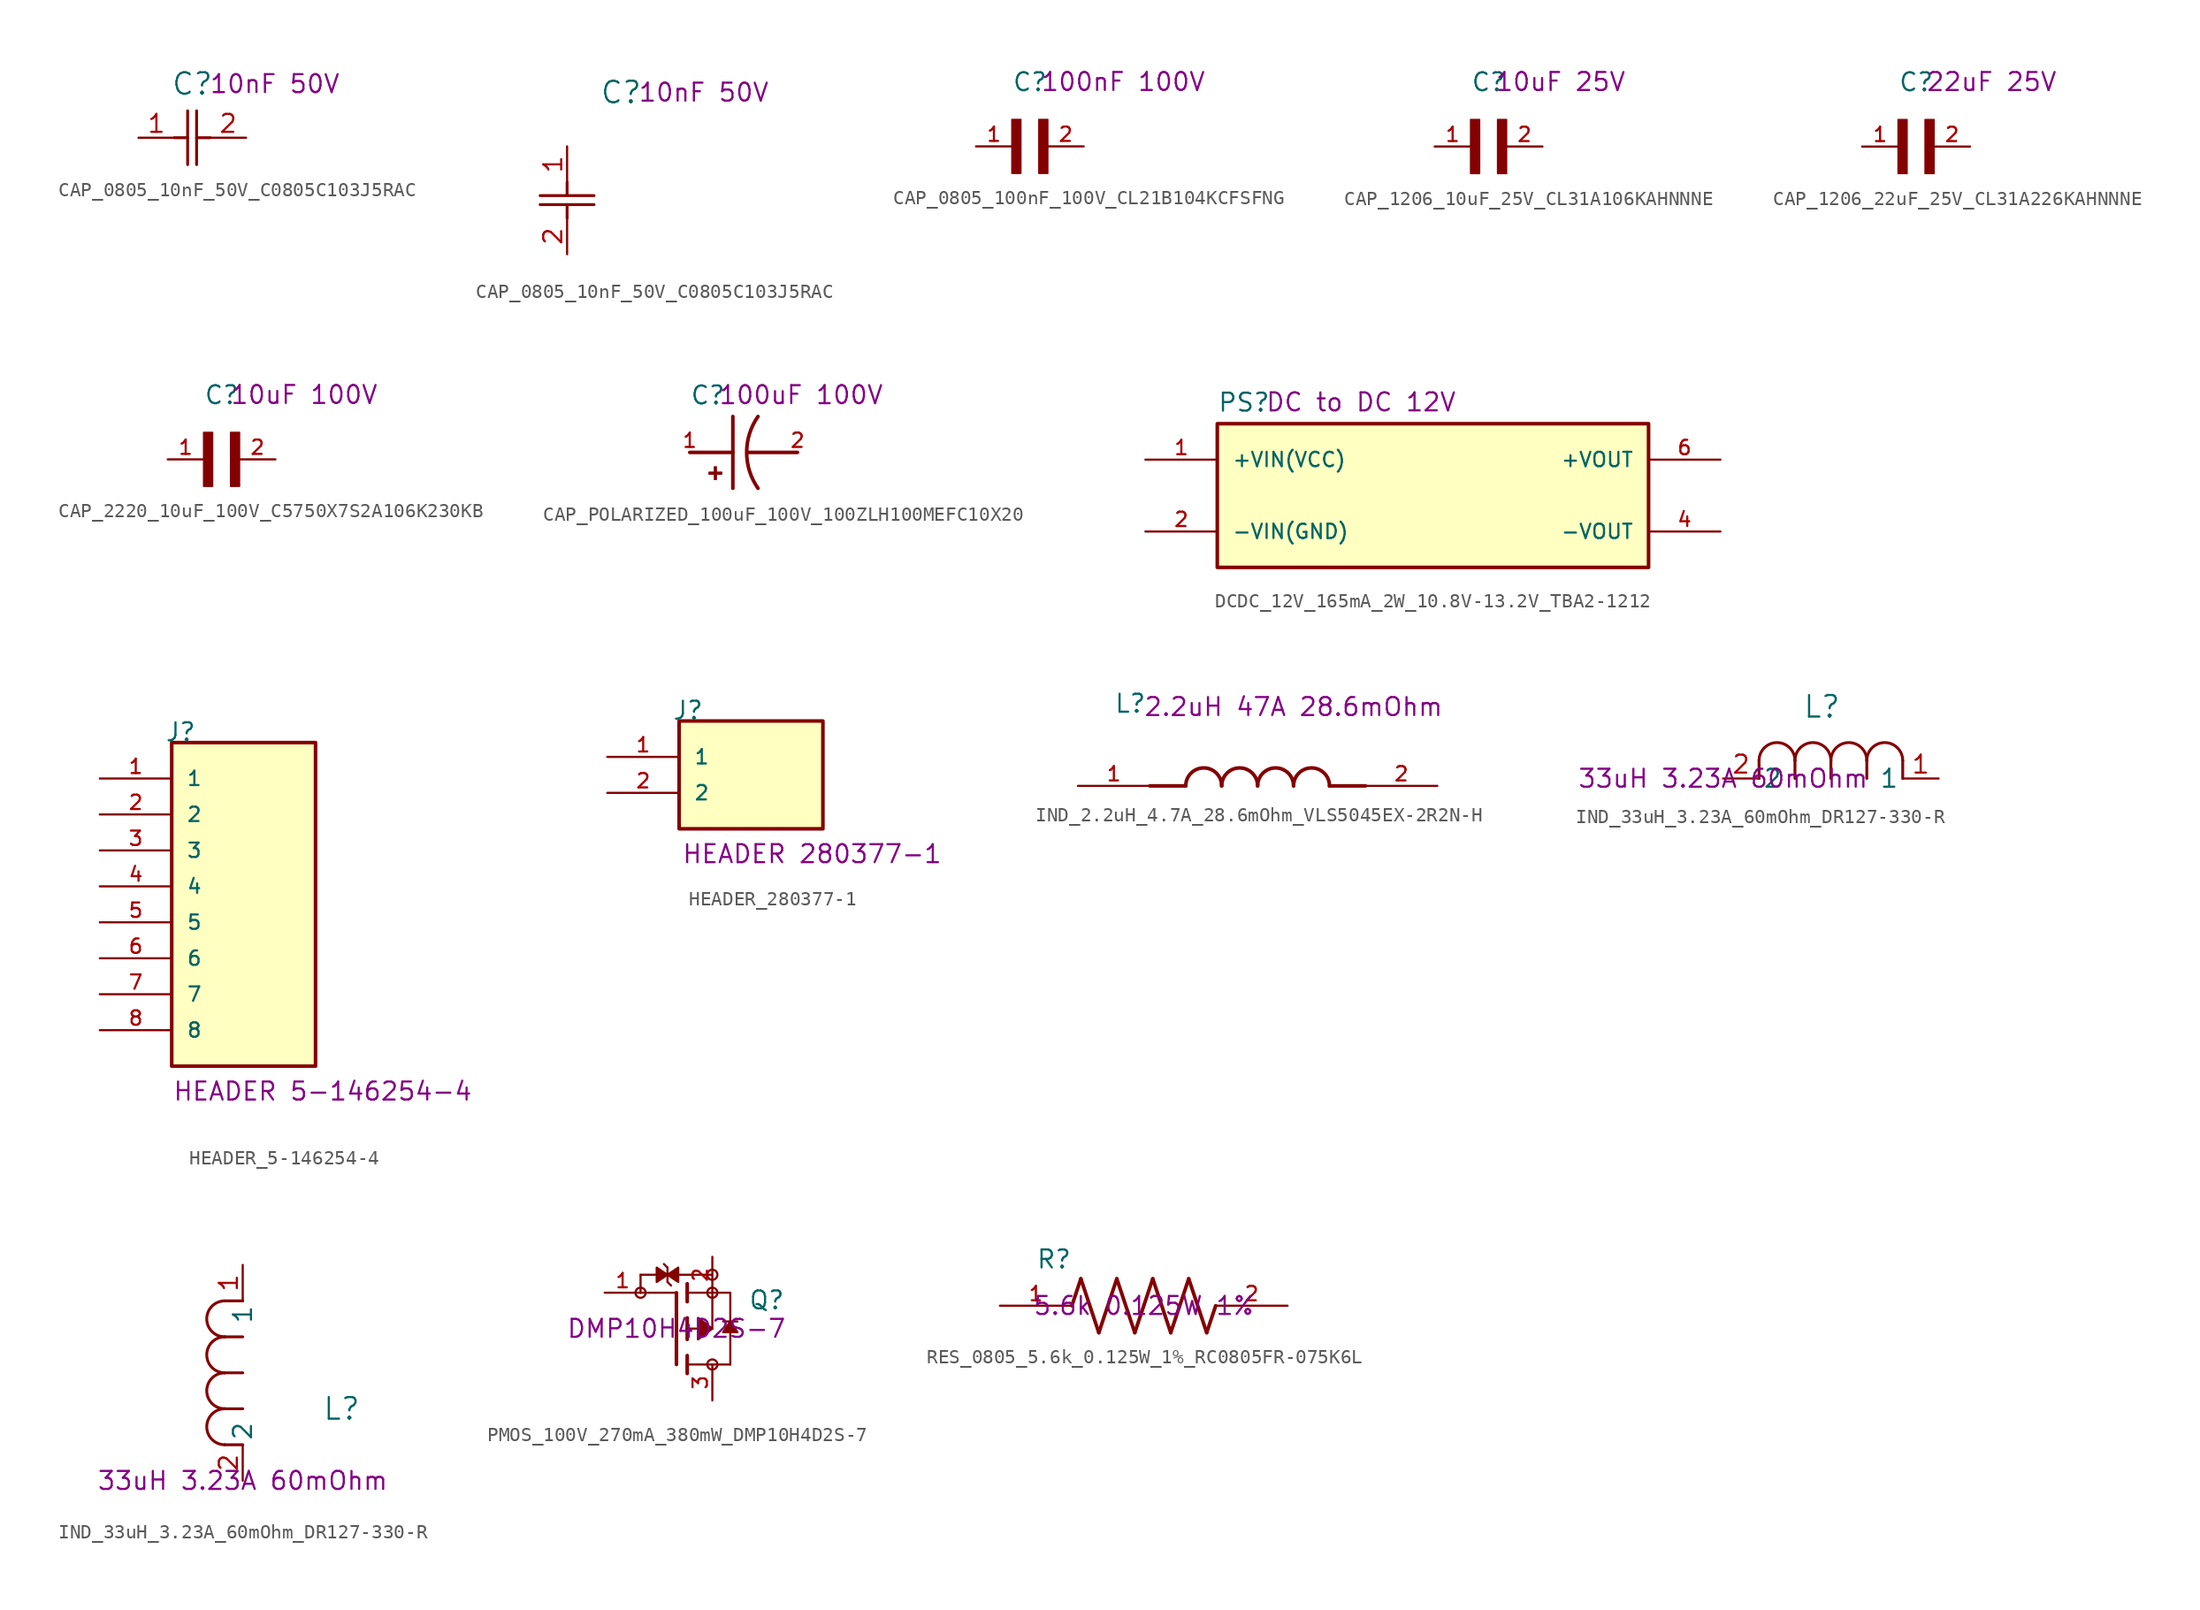
<source format=kicad_sym>
(kicad_symbol_lib
  (version 20241209)
  (generator "kicad_symbol_editor")
  (generator_version "9.0")
  (symbol "CAP_0805_10nF_50V_C0805C103J5RAC"
    (pin_names
      (offset 0.254))
    (property "Reference" "C"
      (at 3.81 3.81 0)
      (effects (font (size 1.524 1.524))))
    (property "Description" "10nF 50V"
      (at 9.652 3.81 0)
      (effects (font (size 1.27 1.27))))
    (symbol "CAP_0805_10nF_50V_C0805C103J5RAC_1_1"
      (polyline (pts (xy 2.54 0) (xy 3.48 0)) (stroke (width 0.203) (type default)) (fill (type none)))
      (polyline (pts (xy 3.48 -1.905) (xy 3.48 1.905)) (stroke (width 0.203) (type default)) (fill (type none)))
      (polyline (pts (xy 4.115 0) (xy 5.08 0)) (stroke (width 0.203) (type default)) (fill (type none)))
      (polyline (pts (xy 4.115 -1.905) (xy 4.115 1.905)) (stroke (width 0.203) (type default)) (fill (type none)))
      (pin unspecified line (at 0 0 0) (length 2.54) (name "" (effects (font (size 1.27 1.27)))) (number "1" (effects (font (size 1.27 1.27)))))
      (pin unspecified line (at 7.62 0 180) (length 2.54) (name "" (effects (font (size 1.27 1.27)))) (number "2" (effects (font (size 1.27 1.27))))))
    (symbol "CAP_0805_10nF_50V_C0805C103J5RAC_1_2"
      (polyline (pts (xy -1.905 -3.48) (xy 1.905 -3.48)) (stroke (width 0.203) (type default)) (fill (type none)))
      (polyline (pts (xy -1.905 -4.115) (xy 1.905 -4.115)) (stroke (width 0.203) (type default)) (fill (type none)))
      (polyline (pts (xy 0 -2.54) (xy 0 -3.48)) (stroke (width 0.203) (type default)) (fill (type none)))
      (polyline (pts (xy 0 -4.115) (xy 0 -5.08)) (stroke (width 0.203) (type default)) (fill (type none)))
      (pin unspecified line (at 0 0 270) (length 2.54) (name "" (effects (font (size 1.27 1.27)))) (number "1" (effects (font (size 1.27 1.27)))))
      (pin unspecified line (at 0 -7.62 90) (length 2.54) (name "" (effects (font (size 1.27 1.27)))) (number "2" (effects (font (size 1.27 1.27)))))))
  (symbol "CAP_0805_100nF_100V_CL21B104KCFSFNG"
    (pin_names
      (offset 1.016))
    (property "Reference" "C"
      (at 0 3.811 0)
      (effects (font (size 1.27 1.27)) (justify left bottom)))
    (property "Description" "100nF 100V"
      (at 7.874 4.572 0)
      (effects (font (size 1.27 1.27))))
    (symbol "CAP_0805_100nF_100V_CL21B104KCFSFNG_0_0"
      (rectangle (start 0 -1.907) (end 0.635 1.905) (stroke (width 0.1) (type default)) (fill (type outline)))
      (rectangle (start 1.907 -1.907) (end 2.54 1.905) (stroke (width 0.1) (type default)) (fill (type outline)))
      (pin passive line (at -2.54 0 0) (length 2.54) (name "~" (effects (font (size 1.016 1.016)))) (number "1" (effects (font (size 1.016 1.016)))))
      (pin passive line (at 5.08 0 180) (length 2.54) (name "~" (effects (font (size 1.016 1.016)))) (number "2" (effects (font (size 1.016 1.016)))))))
  (symbol "CAP_1206_10uF_25V_CL31A106KAHNNNE"
    (pin_names
      (offset 1.016))
    (property "Reference" "C"
      (at 0 3.811 0)
      (effects (font (size 1.27 1.27)) (justify left bottom)))
    (property "Description" "10uF 25V"
      (at 6.35 4.572 0)
      (effects (font (size 1.27 1.27))))
    (symbol "CAP_1206_10uF_25V_CL31A106KAHNNNE_0_0"
      (rectangle (start 0 -1.907) (end 0.635 1.905) (stroke (width 0.1) (type default)) (fill (type outline)))
      (rectangle (start 1.907 -1.907) (end 2.54 1.905) (stroke (width 0.1) (type default)) (fill (type outline)))
      (pin passive line (at -2.54 0 0) (length 2.54) (name "~" (effects (font (size 1.016 1.016)))) (number "1" (effects (font (size 1.016 1.016)))))
      (pin passive line (at 5.08 0 180) (length 2.54) (name "~" (effects (font (size 1.016 1.016)))) (number "2" (effects (font (size 1.016 1.016)))))))
  (symbol "CAP_1206_22uF_25V_CL31A226KAHNNNE"
    (pin_names
      (offset 1.016))
    (property "Reference" "C"
      (at 0 3.811 0)
      (effects (font (size 1.27 1.27)) (justify left bottom)))
    (property "Description" "22uF 25V"
      (at 6.604 4.572 0)
      (effects (font (size 1.27 1.27))))
    (symbol "CAP_1206_22uF_25V_CL31A226KAHNNNE_0_0"
      (rectangle (start 0 -1.907) (end 0.635 1.905) (stroke (width 0.1) (type default)) (fill (type outline)))
      (rectangle (start 1.907 -1.907) (end 2.54 1.905) (stroke (width 0.1) (type default)) (fill (type outline)))
      (pin passive line (at -2.54 0 0) (length 2.54) (name "~" (effects (font (size 1.016 1.016)))) (number "1" (effects (font (size 1.016 1.016)))))
      (pin passive line (at 5.08 0 180) (length 2.54) (name "~" (effects (font (size 1.016 1.016)))) (number "2" (effects (font (size 1.016 1.016)))))))
  (symbol "CAP_2220_10uF_100V_C5750X7S2A106K230KB"
    (pin_names
      (offset 1.016))
    (property "Reference" "C"
      (at 0 3.811 0)
      (effects (font (size 1.27 1.27)) (justify left bottom)))
    (property "Description" "10uF 100V"
      (at 7.112 4.572 0)
      (effects (font (size 1.27 1.27))))
    (symbol "CAP_2220_10uF_100V_C5750X7S2A106K230KB_0_0"
      (rectangle (start 0 -1.907) (end 0.635 1.905) (stroke (width 0.1) (type default)) (fill (type outline)))
      (rectangle (start 1.907 -1.907) (end 2.54 1.905) (stroke (width 0.1) (type default)) (fill (type outline)))
      (pin passive line (at -2.54 0 0) (length 2.54) (name "~" (effects (font (size 1.016 1.016)))) (number "1" (effects (font (size 1.016 1.016)))))
      (pin passive line (at 5.08 0 180) (length 2.54) (name "~" (effects (font (size 1.016 1.016)))) (number "2" (effects (font (size 1.016 1.016)))))))
  (symbol "CAP_POLARIZED_100uF_100V_100ZLH100MEFC10X20"
    (pin_names
      (offset 1.016))
    (property "Reference" "C"
      (at -5.08 3.302 0)
      (effects (font (size 1.27 1.27)) (justify left bottom)))
    (property "Description" "100uF 100V"
      (at 2.794 4.064 0)
      (effects (font (size 1.27 1.27))))
    (symbol "CAP_POLARIZED_100uF_100V_100ZLH100MEFC10X20_0_0"
      (polyline (pts (xy -5.08 0) (xy -2.032 0)) (stroke (width 0.254) (type default)) (fill (type none)))
      (rectangle (start -3.713 -1.532) (end -2.824 -1.405) (stroke (width 0.1) (type default)) (fill (type outline)))
      (rectangle (start -3.332 -1.913) (end -3.205 -1.024) (stroke (width 0.1) (type default)) (fill (type outline)))
      (polyline (pts (xy -2.032 2.54) (xy -2.032 -2.54)) (stroke (width 0.254) (type default)) (fill (type none)))
      (polyline (pts (xy -1.016 0) (xy 2.54 0)) (stroke (width 0.254) (type default)) (fill (type none)))
      (arc (start -0.254 -2.54) (mid -1.0549 0) (end -0.254 2.54) (stroke (width 0.254) (type default)) (fill (type none)))
      (pin passive line (at -5.08 0 0) (length 0) (name "~" (effects (font (size 1.016 1.016)))) (number "1" (effects (font (size 1.016 1.016)))))
      (pin passive line (at 2.54 0 180) (length 0) (name "~" (effects (font (size 1.016 1.016)))) (number "2" (effects (font (size 1.016 1.016)))))))
  (symbol "DCDC_12V_165mA_2W_10.8V-13.2V_TBA2-1212"
    (pin_names
      (offset 1.016))
    (property "Reference" "PS"
      (at -15.24 5.842 0)
      (effects (font (size 1.27 1.27)) (justify left bottom)))
    (property "Description" "DC to DC 12V"
      (at -5.08 6.604 0)
      (effects (font (size 1.27 1.27))))
    (symbol "DCDC_12V_165mA_2W_10.8V-13.2V_TBA2-1212_0_0"
      (rectangle (start -15.24 -5.08) (end 15.24 5.08) (stroke (width 0.254) (type default)) (fill (type background)))
      (pin input line (at -20.32 2.54 0) (length 5.08) (name "+VIN(VCC)" (effects (font (size 1.016 1.016)))) (number "1" (effects (font (size 1.016 1.016)))))
      (pin input line (at -20.32 -2.54 0) (length 5.08) (name "-VIN(GND)" (effects (font (size 1.016 1.016)))) (number "2" (effects (font (size 1.016 1.016)))))
      (pin output line (at 20.32 2.54 180) (length 5.08) (name "+VOUT" (effects (font (size 1.016 1.016)))) (number "6" (effects (font (size 1.016 1.016)))))
      (pin output line (at 20.32 -2.54 180) (length 5.08) (name "-VOUT" (effects (font (size 1.016 1.016)))) (number "4" (effects (font (size 1.016 1.016)))))))
  (symbol "HEADER_5-146254-4"
    (pin_names
      (offset 1.016))
    (property "Reference" "J"
      (at -5.58 12.7 0)
      (effects (font (size 1.27 1.27)) (justify left bottom)))
    (property "Description" "HEADER 5-146254-4"
      (at 5.588 -11.938 0)
      (effects (font (size 1.27 1.27))))
    (symbol "HEADER_5-146254-4_0_0"
      (rectangle (start -5.08 -10.16) (end 5.08 12.7) (stroke (width 0.254) (type default)) (fill (type background)))
      (pin passive line (at -10.16 10.16 0) (length 5.08) (name "1" (effects (font (size 1.016 1.016)))) (number "1" (effects (font (size 1.016 1.016)))))
      (pin passive line (at -10.16 7.62 0) (length 5.08) (name "2" (effects (font (size 1.016 1.016)))) (number "2" (effects (font (size 1.016 1.016)))))
      (pin passive line (at -10.16 5.08 0) (length 5.08) (name "3" (effects (font (size 1.016 1.016)))) (number "3" (effects (font (size 1.016 1.016)))))
      (pin passive line (at -10.16 2.54 0) (length 5.08) (name "4" (effects (font (size 1.016 1.016)))) (number "4" (effects (font (size 1.016 1.016)))))
      (pin passive line (at -10.16 0 0) (length 5.08) (name "5" (effects (font (size 1.016 1.016)))) (number "5" (effects (font (size 1.016 1.016)))))
      (pin passive line (at -10.16 -2.54 0) (length 5.08) (name "6" (effects (font (size 1.016 1.016)))) (number "6" (effects (font (size 1.016 1.016)))))
      (pin passive line (at -10.16 -5.08 0) (length 5.08) (name "7" (effects (font (size 1.016 1.016)))) (number "7" (effects (font (size 1.016 1.016)))))
      (pin passive line (at -10.16 -7.62 0) (length 5.08) (name "8" (effects (font (size 1.016 1.016)))) (number "8" (effects (font (size 1.016 1.016)))))))
  (symbol "HEADER_280377-1"
    (pin_names
      (offset 1.016))
    (property "Reference" "J"
      (at -5.58 5.08 0)
      (effects (font (size 1.27 1.27)) (justify left bottom)))
    (property "Description" "HEADER 280377-1"
      (at 4.318 -4.318 0)
      (effects (font (size 1.27 1.27))))
    (symbol "HEADER_280377-1_0_0"
      (rectangle (start -5.08 -2.54) (end 5.08 5.08) (stroke (width 0.254) (type default)) (fill (type background)))
      (pin passive line (at -10.16 2.54 0) (length 5.08) (name "1" (effects (font (size 1.016 1.016)))) (number "1" (effects (font (size 1.016 1.016)))))
      (pin passive line (at -10.16 0 0) (length 5.08) (name "2" (effects (font (size 1.016 1.016)))) (number "2" (effects (font (size 1.016 1.016)))))))
  (symbol "IND_2.2uH_4.7A_28.6mOhm_VLS5045EX-2R2N-H"
    (pin_names
      (offset 1.016))
    (property "Reference" "L"
      (at -10.16 5.08 0)
      (effects (font (size 1.27 1.27)) (justify left bottom)))
    (property "Description" "2.2uH 47A 28.6mOhm"
      (at 2.54 5.588 0)
      (effects (font (size 1.27 1.27))))
    (symbol "IND_2.2uH_4.7A_28.6mOhm_VLS5045EX-2R2N-H_0_0"
      (polyline (pts (xy -5.08 0) (xy -7.62 0)) (stroke (width 0.254) (type default)) (fill (type none)))
      (arc (start -5.08 0) (mid -3.81 1.2645) (end -2.54 0) (stroke (width 0.254) (type default)) (fill (type none)))
      (arc (start -2.54 0) (mid -1.27 1.2645) (end 0 0) (stroke (width 0.254) (type default)) (fill (type none)))
      (arc (start 0 0) (mid 1.27 1.2645) (end 2.54 0) (stroke (width 0.254) (type default)) (fill (type none)))
      (arc (start 2.54 0) (mid 3.81 1.2645) (end 5.08 0) (stroke (width 0.254) (type default)) (fill (type none)))
      (polyline (pts (xy 5.08 0) (xy 7.62 0)) (stroke (width 0.254) (type default)) (fill (type none)))
      (pin passive line (at -12.7 0 0) (length 5.08) (name "~" (effects (font (size 1.016 1.016)))) (number "1" (effects (font (size 1.016 1.016)))))
      (pin passive line (at 12.7 0 180) (length 5.08) (name "~" (effects (font (size 1.016 1.016)))) (number "2" (effects (font (size 1.016 1.016)))))))
  (symbol "IND_33uH_3.23A_60mOhm_DR127-330-R"
    (pin_names
      (offset 0.254))
    (property "Reference" "L"
      (at 6.985 5.08 0)
      (effects (font (size 1.524 1.524))))
    (property "Description" "33uH 3.23A 60mOhm"
      (at 0 0 0)
      (effects (font (size 1.27 1.27))))
    (symbol "IND_33uH_3.23A_60mOhm_DR127-330-R_1_1"
      (polyline (pts (xy 2.54 0) (xy 2.54 1.27)) (stroke (width 0.203) (type default)) (fill (type none)))
      (arc (start 2.54 1.27) (mid 3.81 2.5344) (end 5.08 1.27) (stroke (width 0.2032) (type default)) (fill (type none)))
      (polyline (pts (xy 5.08 0) (xy 5.08 1.27)) (stroke (width 0.203) (type default)) (fill (type none)))
      (arc (start 5.08 1.27) (mid 6.35 2.5344) (end 7.62 1.27) (stroke (width 0.2032) (type default)) (fill (type none)))
      (polyline (pts (xy 7.62 0) (xy 7.62 1.27)) (stroke (width 0.203) (type default)) (fill (type none)))
      (arc (start 7.62 1.27) (mid 8.89 2.5344) (end 10.16 1.27) (stroke (width 0.2032) (type default)) (fill (type none)))
      (polyline (pts (xy 10.16 0) (xy 10.16 1.27)) (stroke (width 0.203) (type default)) (fill (type none)))
      (arc (start 10.16 1.27) (mid 11.43 2.5344) (end 12.7 1.27) (stroke (width 0.2032) (type default)) (fill (type none)))
      (polyline (pts (xy 12.7 0) (xy 12.7 1.27)) (stroke (width 0.203) (type default)) (fill (type none)))
      (pin unspecified line (at 0 0 0) (length 2.54) (name "2" (effects (font (size 1.27 1.27)))) (number "2" (effects (font (size 1.27 1.27)))))
      (pin unspecified line (at 15.24 0 180) (length 2.54) (name "1" (effects (font (size 1.27 1.27)))) (number "1" (effects (font (size 1.27 1.27))))))
    (symbol "IND_33uH_3.23A_60mOhm_DR127-330-R_1_2"
      (arc (start -1.27 10.16) (mid -2.5344 11.43) (end -1.27 12.7) (stroke (width 0.2032) (type default)) (fill (type none)))
      (arc (start -1.27 7.62) (mid -2.5344 8.89) (end -1.27 10.16) (stroke (width 0.2032) (type default)) (fill (type none)))
      (arc (start -1.27 5.08) (mid -2.5344 6.35) (end -1.27 7.62) (stroke (width 0.2032) (type default)) (fill (type none)))
      (arc (start -1.27 2.54) (mid -2.5344 3.81) (end -1.27 5.08) (stroke (width 0.2032) (type default)) (fill (type none)))
      (polyline (pts (xy 0 12.7) (xy -1.27 12.7)) (stroke (width 0.203) (type default)) (fill (type none)))
      (polyline (pts (xy 0 10.16) (xy -1.27 10.16)) (stroke (width 0.203) (type default)) (fill (type none)))
      (polyline (pts (xy 0 7.62) (xy -1.27 7.62)) (stroke (width 0.203) (type default)) (fill (type none)))
      (polyline (pts (xy 0 5.08) (xy -1.27 5.08)) (stroke (width 0.203) (type default)) (fill (type none)))
      (polyline (pts (xy 0 2.54) (xy -1.27 2.54)) (stroke (width 0.203) (type default)) (fill (type none)))
      (pin unspecified line (at 0 15.24 270) (length 2.54) (name "1" (effects (font (size 1.27 1.27)))) (number "1" (effects (font (size 1.27 1.27)))))
      (pin unspecified line (at 0 0 90) (length 2.54) (name "2" (effects (font (size 1.27 1.27)))) (number "2" (effects (font (size 1.27 1.27)))))))
  (symbol "PMOS_100V_270mA_380mW_DMP10H4D2S-7"
    (pin_names
      (offset 1.016))
    (property "Reference" "Q"
      (at 5.08 1.27 0)
      (effects (font (size 1.27 1.27)) (justify left bottom)))
    (property "Description" "DMP10H4D2S-7"
      (at 0 0 0)
      (effects (font (size 1.27 1.27))))
    (symbol "PMOS_100V_270mA_380mW_DMP10H4D2S-7_0_0"
      (polyline (pts (xy -2.54 3.81) (xy -2.54 2.54)) (stroke (width 0.152) (type default)) (fill (type none)))
      (circle (center -2.54 2.54) (radius 0.359) (stroke (width 0) (type default)) (fill (type none)))
      (polyline (pts (xy -2.54 2.54) (xy 0 2.54)) (stroke (width 0.152) (type default)) (fill (type none)))
      (polyline (pts (xy -0.635 4.318) (xy -0.889 4.572)) (stroke (width 0.152) (type default)) (fill (type none)))
      (polyline (pts (xy -0.635 3.81) (xy -2.54 3.81)) (stroke (width 0.152) (type default)) (fill (type none)))
      (polyline (pts (xy -0.635 3.81) (xy -0.635 4.318)) (stroke (width 0.152) (type default)) (fill (type none)))
      (polyline (pts (xy -0.635 3.81) (xy -1.397 3.302) (xy -1.397 4.318) (xy -0.635 3.81)) (stroke (width 0.152) (type default)) (fill (type outline)))
      (polyline (pts (xy -0.635 3.81) (xy 0.127 4.318) (xy 0.127 3.302) (xy -0.635 3.81)) (stroke (width 0.152) (type default)) (fill (type outline)))
      (polyline (pts (xy -0.635 3.302) (xy -0.635 3.81)) (stroke (width 0.152) (type default)) (fill (type none)))
      (polyline (pts (xy -0.381 3.048) (xy -0.635 3.302)) (stroke (width 0.152) (type default)) (fill (type none)))
      (polyline (pts (xy 0 -2.54) (xy 0 2.54)) (stroke (width 0.254) (type default)) (fill (type none)))
      (polyline (pts (xy 0.762 2.54) (xy 0.762 3.175)) (stroke (width 0.254) (type default)) (fill (type none)))
      (polyline (pts (xy 0.762 1.905) (xy 0.762 2.54)) (stroke (width 0.254) (type default)) (fill (type none)))
      (polyline (pts (xy 0.762 0) (xy 0.762 0.762)) (stroke (width 0.254) (type default)) (fill (type none)))
      (polyline (pts (xy 0.762 0) (xy 2.54 0)) (stroke (width 0.152) (type default)) (fill (type none)))
      (polyline (pts (xy 0.762 -0.762) (xy 0.762 0)) (stroke (width 0.254) (type default)) (fill (type none)))
      (polyline (pts (xy 0.762 -2.54) (xy 0.762 -1.905)) (stroke (width 0.254) (type default)) (fill (type none)))
      (polyline (pts (xy 0.762 -2.54) (xy 3.81 -2.54)) (stroke (width 0.152) (type default)) (fill (type none)))
      (polyline (pts (xy 0.762 -3.175) (xy 0.762 -2.54)) (stroke (width 0.254) (type default)) (fill (type none)))
      (polyline (pts (xy 2.54 3.81) (xy -0.635 3.81)) (stroke (width 0.152) (type default)) (fill (type none)))
      (circle (center 2.54 3.81) (radius 0.359) (stroke (width 0) (type default)) (fill (type none)))
      (polyline (pts (xy 2.54 2.54) (xy 0.762 2.54)) (stroke (width 0.152) (type default)) (fill (type none)))
      (polyline (pts (xy 2.54 2.54) (xy 3.81 2.54)) (stroke (width 0.152) (type default)) (fill (type none)))
      (circle (center 2.54 2.54) (radius 0.359) (stroke (width 0) (type default)) (fill (type none)))
      (polyline (pts (xy 2.54 0) (xy 2.54 2.54)) (stroke (width 0.152) (type default)) (fill (type none)))
      (polyline (pts (xy 2.54 0) (xy 1.524 0.762) (xy 1.524 -0.762) (xy 2.54 0)) (stroke (width 0.152) (type default)) (fill (type outline)))
      (circle (center 2.54 -2.54) (radius 0.359) (stroke (width 0) (type default)) (fill (type none)))
      (polyline (pts (xy 3.302 0.508) (xy 4.318 0.508)) (stroke (width 0.152) (type default)) (fill (type none)))
      (polyline (pts (xy 3.81 0.508) (xy 4.318 -0.254) (xy 3.302 -0.254) (xy 3.81 0.508)) (stroke (width 0.152) (type default)) (fill (type outline)))
      (polyline (pts (xy 3.81 -2.54) (xy 3.81 2.54)) (stroke (width 0.152) (type default)) (fill (type none)))
      (pin passive line (at -5.08 2.54 0) (length 2.54) (name "~" (effects (font (size 1.016 1.016)))) (number "1" (effects (font (size 1.016 1.016)))))
      (pin passive line (at 2.54 5.08 270) (length 2.54) (name "~" (effects (font (size 1.016 1.016)))) (number "2" (effects (font (size 1.016 1.016)))))
      (pin passive line (at 2.54 -5.08 90) (length 2.54) (name "~" (effects (font (size 1.016 1.016)))) (number "3" (effects (font (size 1.016 1.016)))))))
  (symbol "RES_0805_5.6k_0.125W_1%_RC0805FR-075K6L"
    (pin_names
      (offset 1.016))
    (property "Reference" "R"
      (at -7.624 2.542 0)
      (effects (font (size 1.27 1.27)) (justify left bottom)))
    (property "Description" "5.6k 0.125W 1%"
      (at 0 0 0)
      (effects (font (size 1.27 1.27))))
    (symbol "RES_0805_5.6k_0.125W_1%_RC0805FR-075K6L_0_0"
      (polyline (pts (xy -5.08 0) (xy -4.445 1.905)) (stroke (width 0.254) (type default)) (fill (type none)))
      (polyline (pts (xy -4.445 1.905) (xy -3.175 -1.905)) (stroke (width 0.254) (type default)) (fill (type none)))
      (polyline (pts (xy -3.175 -1.905) (xy -1.905 1.905)) (stroke (width 0.254) (type default)) (fill (type none)))
      (polyline (pts (xy -1.905 1.905) (xy -0.635 -1.905)) (stroke (width 0.254) (type default)) (fill (type none)))
      (polyline (pts (xy -0.635 -1.905) (xy 0.635 1.905)) (stroke (width 0.254) (type default)) (fill (type none)))
      (polyline (pts (xy 0.635 1.905) (xy 1.905 -1.905)) (stroke (width 0.254) (type default)) (fill (type none)))
      (polyline (pts (xy 1.905 -1.905) (xy 3.175 1.905)) (stroke (width 0.254) (type default)) (fill (type none)))
      (polyline (pts (xy 3.175 1.905) (xy 4.445 -1.905)) (stroke (width 0.254) (type default)) (fill (type none)))
      (polyline (pts (xy 4.445 -1.905) (xy 5.08 0)) (stroke (width 0.254) (type default)) (fill (type none)))
      (pin passive line (at -10.16 0 0) (length 5.08) (name "~" (effects (font (size 1.016 1.016)))) (number "1" (effects (font (size 1.016 1.016)))))
      (pin passive line (at 10.16 0 180) (length 5.08) (name "~" (effects (font (size 1.016 1.016)))) (number "2" (effects (font (size 1.016 1.016))))))))
</source>
